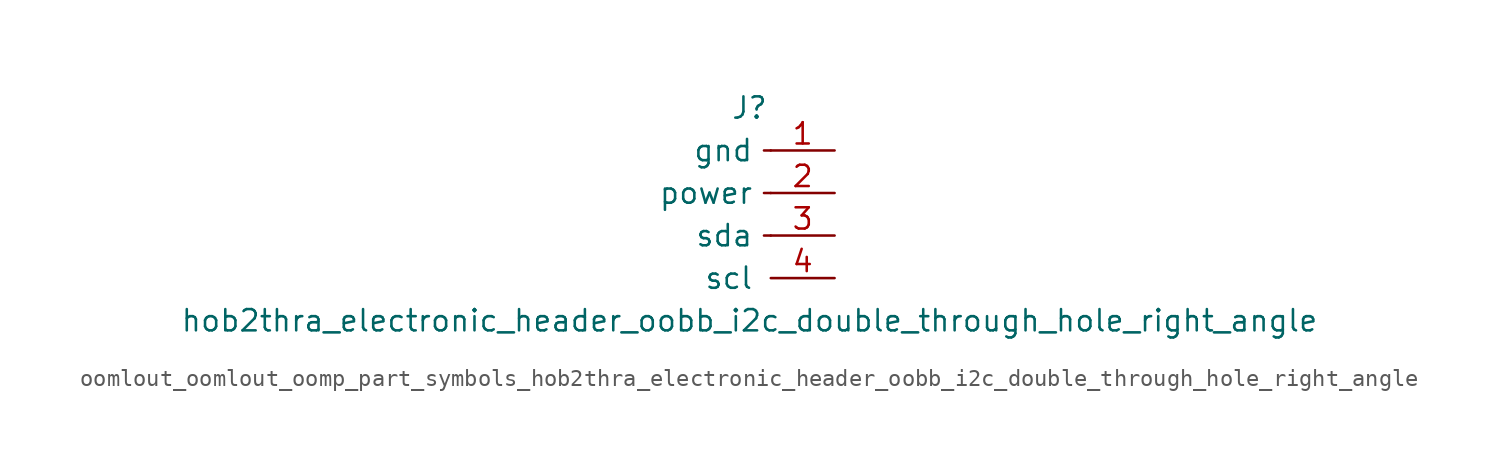
<source format=kicad_sym>
(kicad_symbol_lib
  (version 20220914)
  (generator kicad_symbol_editor)
  (symbol "oomlout_oomlout_oomp_part_symbols_hob2thra_electronic_header_oobb_i2c_double_through_hole_right_angle"
    (pin_names
      (offset 1.016))
    (property "Reference" "J"
      (at 0 5.08 0)
      (effects (font (size 1.27 1.27))))
    (property "Value" "hob2thra_electronic_header_oobb_i2c_double_through_hole_right_angle"
      (at 0 -7.62 0)
      (effects (font (size 1.27 1.27))))
    (symbol "oomlout_oomlout_oomp_part_symbols_hob2thra_electronic_header_oobb_i2c_double_through_hole_right_angle_0_0"
      (text "" (at 2.54 -2.54 0) (effects (font (size 1.27 1.27)))))
    (symbol "oomlout_oomlout_oomp_part_symbols_hob2thra_electronic_header_oobb_i2c_double_through_hole_right_angle_1_1"
      (polyline (pts (xy 1.27 -2.54) (xy 0.864 -2.54)) (stroke (width 0.152) (type default)) (fill (type none)))
      (polyline (pts (xy 1.27 0) (xy 0.864 0)) (stroke (width 0.152) (type default)) (fill (type none)))
      (polyline (pts (xy 1.27 2.54) (xy 0.864 2.54)) (stroke (width 0.152) (type default)) (fill (type none)))
      (pin passive line (at 5.08 2.54 180) (length 3.81) (name "gnd" (effects (font (size 1.27 1.27)))) (number "1" (effects (font (size 1.27 1.27)))))
      (pin passive line (at 5.08 0 180) (length 3.81) (name "power" (effects (font (size 1.27 1.27)))) (number "2" (effects (font (size 1.27 1.27)))))
      (pin passive line (at 5.08 -2.54 180) (length 3.81) (name "sda" (effects (font (size 1.27 1.27)))) (number "3" (effects (font (size 1.27 1.27)))))
      (pin passive line (at 5.08 -5.08 180) (length 3.81) (name "scl" (effects (font (size 1.27 1.27)))) (number "4" (effects (font (size 1.27 1.27))))))))
</source>
